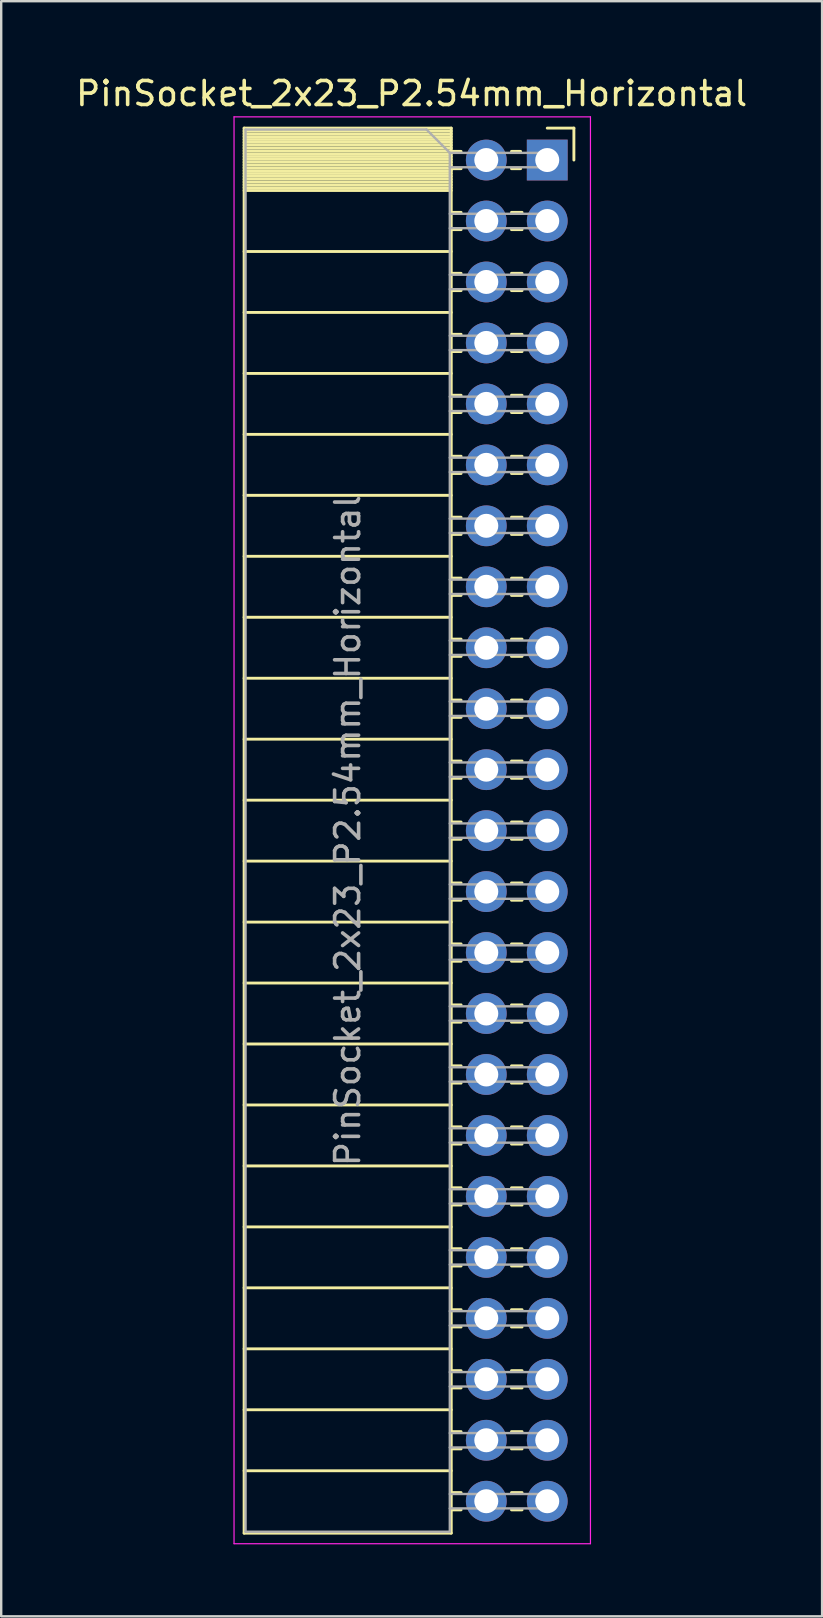
<source format=kicad_pcb>
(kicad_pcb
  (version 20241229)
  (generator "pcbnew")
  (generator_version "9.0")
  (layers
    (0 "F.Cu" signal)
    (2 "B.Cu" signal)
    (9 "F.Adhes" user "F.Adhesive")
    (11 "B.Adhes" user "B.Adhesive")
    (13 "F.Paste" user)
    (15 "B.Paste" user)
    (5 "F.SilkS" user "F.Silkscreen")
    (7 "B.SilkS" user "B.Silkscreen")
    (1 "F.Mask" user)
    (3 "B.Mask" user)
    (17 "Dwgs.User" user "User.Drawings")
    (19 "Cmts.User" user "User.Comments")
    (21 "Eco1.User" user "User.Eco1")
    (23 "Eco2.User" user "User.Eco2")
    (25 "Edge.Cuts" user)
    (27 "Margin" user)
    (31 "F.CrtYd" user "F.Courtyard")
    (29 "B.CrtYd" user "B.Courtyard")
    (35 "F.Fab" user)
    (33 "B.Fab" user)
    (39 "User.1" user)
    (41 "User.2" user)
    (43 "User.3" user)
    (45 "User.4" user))
  (footprint "PinSocket_2x23_P2.54mm_Horizontal"
    (layer "F.Cu")
    (at 19.751 3.618)
    (property "Reference" "PinSocket_2x23_P2.54mm_Horizontal" (at -5.65 -2.77 0) (layer "F.SilkS") (effects (font (size 1 1) (thickness 0.15))))
    (attr through_hole)
    (fp_line (start -12.63 -1.33) (end -12.63 57.21) (stroke (width 0.12) (type solid)) (layer "F.SilkS"))
    (fp_line (start -12.63 -1.33) (end -4 -1.33) (stroke (width 0.12) (type solid)) (layer "F.SilkS"))
    (fp_line (start -12.63 -1.21) (end -4 -1.21) (stroke (width 0.12) (type solid)) (layer "F.SilkS"))
    (fp_line (start -12.63 -1.092) (end -4 -1.092) (stroke (width 0.12) (type solid)) (layer "F.SilkS"))
    (fp_line (start -12.63 -0.974) (end -4 -0.974) (stroke (width 0.12) (type solid)) (layer "F.SilkS"))
    (fp_line (start -12.63 -0.856) (end -4 -0.856) (stroke (width 0.12) (type solid)) (layer "F.SilkS"))
    (fp_line (start -12.63 -0.738) (end -4 -0.738) (stroke (width 0.12) (type solid)) (layer "F.SilkS"))
    (fp_line (start -12.63 -0.62) (end -4 -0.62) (stroke (width 0.12) (type solid)) (layer "F.SilkS"))
    (fp_line (start -12.63 -0.501) (end -4 -0.501) (stroke (width 0.12) (type solid)) (layer "F.SilkS"))
    (fp_line (start -12.63 -0.383) (end -4 -0.383) (stroke (width 0.12) (type solid)) (layer "F.SilkS"))
    (fp_line (start -12.63 -0.265) (end -4 -0.265) (stroke (width 0.12) (type solid)) (layer "F.SilkS"))
    (fp_line (start -12.63 -0.147) (end -4 -0.147) (stroke (width 0.12) (type solid)) (layer "F.SilkS"))
    (fp_line (start -12.63 -0.029) (end -4 -0.029) (stroke (width 0.12) (type solid)) (layer "F.SilkS"))
    (fp_line (start -12.63 0.089) (end -4 0.089) (stroke (width 0.12) (type solid)) (layer "F.SilkS"))
    (fp_line (start -12.63 0.207) (end -4 0.207) (stroke (width 0.12) (type solid)) (layer "F.SilkS"))
    (fp_line (start -12.63 0.325) (end -4 0.325) (stroke (width 0.12) (type solid)) (layer "F.SilkS"))
    (fp_line (start -12.63 0.443) (end -4 0.443) (stroke (width 0.12) (type solid)) (layer "F.SilkS"))
    (fp_line (start -12.63 0.561) (end -4 0.561) (stroke (width 0.12) (type solid)) (layer "F.SilkS"))
    (fp_line (start -12.63 0.68) (end -4 0.68) (stroke (width 0.12) (type solid)) (layer "F.SilkS"))
    (fp_line (start -12.63 0.798) (end -4 0.798) (stroke (width 0.12) (type solid)) (layer "F.SilkS"))
    (fp_line (start -12.63 0.916) (end -4 0.916) (stroke (width 0.12) (type solid)) (layer "F.SilkS"))
    (fp_line (start -12.63 1.034) (end -4 1.034) (stroke (width 0.12) (type solid)) (layer "F.SilkS"))
    (fp_line (start -12.63 1.152) (end -4 1.152) (stroke (width 0.12) (type solid)) (layer "F.SilkS"))
    (fp_line (start -12.63 1.27) (end -4 1.27) (stroke (width 0.12) (type solid)) (layer "F.SilkS"))
    (fp_line (start -12.63 3.81) (end -4 3.81) (stroke (width 0.12) (type solid)) (layer "F.SilkS"))
    (fp_line (start -12.63 6.35) (end -4 6.35) (stroke (width 0.12) (type solid)) (layer "F.SilkS"))
    (fp_line (start -12.63 8.89) (end -4 8.89) (stroke (width 0.12) (type solid)) (layer "F.SilkS"))
    (fp_line (start -12.63 11.43) (end -4 11.43) (stroke (width 0.12) (type solid)) (layer "F.SilkS"))
    (fp_line (start -12.63 13.97) (end -4 13.97) (stroke (width 0.12) (type solid)) (layer "F.SilkS"))
    (fp_line (start -12.63 16.51) (end -4 16.51) (stroke (width 0.12) (type solid)) (layer "F.SilkS"))
    (fp_line (start -12.63 19.05) (end -4 19.05) (stroke (width 0.12) (type solid)) (layer "F.SilkS"))
    (fp_line (start -12.63 21.59) (end -4 21.59) (stroke (width 0.12) (type solid)) (layer "F.SilkS"))
    (fp_line (start -12.63 24.13) (end -4 24.13) (stroke (width 0.12) (type solid)) (layer "F.SilkS"))
    (fp_line (start -12.63 26.67) (end -4 26.67) (stroke (width 0.12) (type solid)) (layer "F.SilkS"))
    (fp_line (start -12.63 29.21) (end -4 29.21) (stroke (width 0.12) (type solid)) (layer "F.SilkS"))
    (fp_line (start -12.63 31.75) (end -4 31.75) (stroke (width 0.12) (type solid)) (layer "F.SilkS"))
    (fp_line (start -12.63 34.29) (end -4 34.29) (stroke (width 0.12) (type solid)) (layer "F.SilkS"))
    (fp_line (start -12.63 36.83) (end -4 36.83) (stroke (width 0.12) (type solid)) (layer "F.SilkS"))
    (fp_line (start -12.63 39.37) (end -4 39.37) (stroke (width 0.12) (type solid)) (layer "F.SilkS"))
    (fp_line (start -12.63 41.91) (end -4 41.91) (stroke (width 0.12) (type solid)) (layer "F.SilkS"))
    (fp_line (start -12.63 44.45) (end -4 44.45) (stroke (width 0.12) (type solid)) (layer "F.SilkS"))
    (fp_line (start -12.63 46.99) (end -4 46.99) (stroke (width 0.12) (type solid)) (layer "F.SilkS"))
    (fp_line (start -12.63 49.53) (end -4 49.53) (stroke (width 0.12) (type solid)) (layer "F.SilkS"))
    (fp_line (start -12.63 52.07) (end -4 52.07) (stroke (width 0.12) (type solid)) (layer "F.SilkS"))
    (fp_line (start -12.63 54.61) (end -4 54.61) (stroke (width 0.12) (type solid)) (layer "F.SilkS"))
    (fp_line (start -12.63 57.21) (end -4 57.21) (stroke (width 0.12) (type solid)) (layer "F.SilkS"))
    (fp_line (start -4 -1.33) (end -4 57.21) (stroke (width 0.12) (type solid)) (layer "F.SilkS"))
    (fp_line (start -4 -0.36) (end -3.59 -0.36) (stroke (width 0.12) (type solid)) (layer "F.SilkS"))
    (fp_line (start -4 0.36) (end -3.59 0.36) (stroke (width 0.12) (type solid)) (layer "F.SilkS"))
    (fp_line (start -4 2.18) (end -3.59 2.18) (stroke (width 0.12) (type solid)) (layer "F.SilkS"))
    (fp_line (start -4 2.9) (end -3.59 2.9) (stroke (width 0.12) (type solid)) (layer "F.SilkS"))
    (fp_line (start -4 4.72) (end -3.59 4.72) (stroke (width 0.12) (type solid)) (layer "F.SilkS"))
    (fp_line (start -4 5.44) (end -3.59 5.44) (stroke (width 0.12) (type solid)) (layer "F.SilkS"))
    (fp_line (start -4 7.26) (end -3.59 7.26) (stroke (width 0.12) (type solid)) (layer "F.SilkS"))
    (fp_line (start -4 7.98) (end -3.59 7.98) (stroke (width 0.12) (type solid)) (layer "F.SilkS"))
    (fp_line (start -4 9.8) (end -3.59 9.8) (stroke (width 0.12) (type solid)) (layer "F.SilkS"))
    (fp_line (start -4 10.52) (end -3.59 10.52) (stroke (width 0.12) (type solid)) (layer "F.SilkS"))
    (fp_line (start -4 12.34) (end -3.59 12.34) (stroke (width 0.12) (type solid)) (layer "F.SilkS"))
    (fp_line (start -4 13.06) (end -3.59 13.06) (stroke (width 0.12) (type solid)) (layer "F.SilkS"))
    (fp_line (start -4 14.88) (end -3.59 14.88) (stroke (width 0.12) (type solid)) (layer "F.SilkS"))
    (fp_line (start -4 15.6) (end -3.59 15.6) (stroke (width 0.12) (type solid)) (layer "F.SilkS"))
    (fp_line (start -4 17.42) (end -3.59 17.42) (stroke (width 0.12) (type solid)) (layer "F.SilkS"))
    (fp_line (start -4 18.14) (end -3.59 18.14) (stroke (width 0.12) (type solid)) (layer "F.SilkS"))
    (fp_line (start -4 19.96) (end -3.59 19.96) (stroke (width 0.12) (type solid)) (layer "F.SilkS"))
    (fp_line (start -4 20.68) (end -3.59 20.68) (stroke (width 0.12) (type solid)) (layer "F.SilkS"))
    (fp_line (start -4 22.5) (end -3.59 22.5) (stroke (width 0.12) (type solid)) (layer "F.SilkS"))
    (fp_line (start -4 23.22) (end -3.59 23.22) (stroke (width 0.12) (type solid)) (layer "F.SilkS"))
    (fp_line (start -4 25.04) (end -3.59 25.04) (stroke (width 0.12) (type solid)) (layer "F.SilkS"))
    (fp_line (start -4 25.76) (end -3.59 25.76) (stroke (width 0.12) (type solid)) (layer "F.SilkS"))
    (fp_line (start -4 27.58) (end -3.59 27.58) (stroke (width 0.12) (type solid)) (layer "F.SilkS"))
    (fp_line (start -4 28.3) (end -3.59 28.3) (stroke (width 0.12) (type solid)) (layer "F.SilkS"))
    (fp_line (start -4 30.12) (end -3.59 30.12) (stroke (width 0.12) (type solid)) (layer "F.SilkS"))
    (fp_line (start -4 30.84) (end -3.59 30.84) (stroke (width 0.12) (type solid)) (layer "F.SilkS"))
    (fp_line (start -4 32.66) (end -3.59 32.66) (stroke (width 0.12) (type solid)) (layer "F.SilkS"))
    (fp_line (start -4 33.38) (end -3.59 33.38) (stroke (width 0.12) (type solid)) (layer "F.SilkS"))
    (fp_line (start -4 35.2) (end -3.59 35.2) (stroke (width 0.12) (type solid)) (layer "F.SilkS"))
    (fp_line (start -4 35.92) (end -3.59 35.92) (stroke (width 0.12) (type solid)) (layer "F.SilkS"))
    (fp_line (start -4 37.74) (end -3.59 37.74) (stroke (width 0.12) (type solid)) (layer "F.SilkS"))
    (fp_line (start -4 38.46) (end -3.59 38.46) (stroke (width 0.12) (type solid)) (layer "F.SilkS"))
    (fp_line (start -4 40.28) (end -3.59 40.28) (stroke (width 0.12) (type solid)) (layer "F.SilkS"))
    (fp_line (start -4 41) (end -3.59 41) (stroke (width 0.12) (type solid)) (layer "F.SilkS"))
    (fp_line (start -4 42.82) (end -3.59 42.82) (stroke (width 0.12) (type solid)) (layer "F.SilkS"))
    (fp_line (start -4 43.54) (end -3.59 43.54) (stroke (width 0.12) (type solid)) (layer "F.SilkS"))
    (fp_line (start -4 45.36) (end -3.59 45.36) (stroke (width 0.12) (type solid)) (layer "F.SilkS"))
    (fp_line (start -4 46.08) (end -3.59 46.08) (stroke (width 0.12) (type solid)) (layer "F.SilkS"))
    (fp_line (start -4 47.9) (end -3.59 47.9) (stroke (width 0.12) (type solid)) (layer "F.SilkS"))
    (fp_line (start -4 48.62) (end -3.59 48.62) (stroke (width 0.12) (type solid)) (layer "F.SilkS"))
    (fp_line (start -4 50.44) (end -3.59 50.44) (stroke (width 0.12) (type solid)) (layer "F.SilkS"))
    (fp_line (start -4 51.16) (end -3.59 51.16) (stroke (width 0.12) (type solid)) (layer "F.SilkS"))
    (fp_line (start -4 52.98) (end -3.59 52.98) (stroke (width 0.12) (type solid)) (layer "F.SilkS"))
    (fp_line (start -4 53.7) (end -3.59 53.7) (stroke (width 0.12) (type solid)) (layer "F.SilkS"))
    (fp_line (start -4 55.52) (end -3.59 55.52) (stroke (width 0.12) (type solid)) (layer "F.SilkS"))
    (fp_line (start -4 56.24) (end -3.59 56.24) (stroke (width 0.12) (type solid)) (layer "F.SilkS"))
    (fp_line (start -1.49 -0.36) (end -1.11 -0.36) (stroke (width 0.12) (type solid)) (layer "F.SilkS"))
    (fp_line (start -1.49 0.36) (end -1.11 0.36) (stroke (width 0.12) (type solid)) (layer "F.SilkS"))
    (fp_line (start -1.49 2.18) (end -1.05 2.18) (stroke (width 0.12) (type solid)) (layer "F.SilkS"))
    (fp_line (start -1.49 2.9) (end -1.05 2.9) (stroke (width 0.12) (type solid)) (layer "F.SilkS"))
    (fp_line (start -1.49 4.72) (end -1.05 4.72) (stroke (width 0.12) (type solid)) (layer "F.SilkS"))
    (fp_line (start -1.49 5.44) (end -1.05 5.44) (stroke (width 0.12) (type solid)) (layer "F.SilkS"))
    (fp_line (start -1.49 7.26) (end -1.05 7.26) (stroke (width 0.12) (type solid)) (layer "F.SilkS"))
    (fp_line (start -1.49 7.98) (end -1.05 7.98) (stroke (width 0.12) (type solid)) (layer "F.SilkS"))
    (fp_line (start -1.49 9.8) (end -1.05 9.8) (stroke (width 0.12) (type solid)) (layer "F.SilkS"))
    (fp_line (start -1.49 10.52) (end -1.05 10.52) (stroke (width 0.12) (type solid)) (layer "F.SilkS"))
    (fp_line (start -1.49 12.34) (end -1.05 12.34) (stroke (width 0.12) (type solid)) (layer "F.SilkS"))
    (fp_line (start -1.49 13.06) (end -1.05 13.06) (stroke (width 0.12) (type solid)) (layer "F.SilkS"))
    (fp_line (start -1.49 14.88) (end -1.05 14.88) (stroke (width 0.12) (type solid)) (layer "F.SilkS"))
    (fp_line (start -1.49 15.6) (end -1.05 15.6) (stroke (width 0.12) (type solid)) (layer "F.SilkS"))
    (fp_line (start -1.49 17.42) (end -1.05 17.42) (stroke (width 0.12) (type solid)) (layer "F.SilkS"))
    (fp_line (start -1.49 18.14) (end -1.05 18.14) (stroke (width 0.12) (type solid)) (layer "F.SilkS"))
    (fp_line (start -1.49 19.96) (end -1.05 19.96) (stroke (width 0.12) (type solid)) (layer "F.SilkS"))
    (fp_line (start -1.49 20.68) (end -1.05 20.68) (stroke (width 0.12) (type solid)) (layer "F.SilkS"))
    (fp_line (start -1.49 22.5) (end -1.05 22.5) (stroke (width 0.12) (type solid)) (layer "F.SilkS"))
    (fp_line (start -1.49 23.22) (end -1.05 23.22) (stroke (width 0.12) (type solid)) (layer "F.SilkS"))
    (fp_line (start -1.49 25.04) (end -1.05 25.04) (stroke (width 0.12) (type solid)) (layer "F.SilkS"))
    (fp_line (start -1.49 25.76) (end -1.05 25.76) (stroke (width 0.12) (type solid)) (layer "F.SilkS"))
    (fp_line (start -1.49 27.58) (end -1.05 27.58) (stroke (width 0.12) (type solid)) (layer "F.SilkS"))
    (fp_line (start -1.49 28.3) (end -1.05 28.3) (stroke (width 0.12) (type solid)) (layer "F.SilkS"))
    (fp_line (start -1.49 30.12) (end -1.05 30.12) (stroke (width 0.12) (type solid)) (layer "F.SilkS"))
    (fp_line (start -1.49 30.84) (end -1.05 30.84) (stroke (width 0.12) (type solid)) (layer "F.SilkS"))
    (fp_line (start -1.49 32.66) (end -1.05 32.66) (stroke (width 0.12) (type solid)) (layer "F.SilkS"))
    (fp_line (start -1.49 33.38) (end -1.05 33.38) (stroke (width 0.12) (type solid)) (layer "F.SilkS"))
    (fp_line (start -1.49 35.2) (end -1.05 35.2) (stroke (width 0.12) (type solid)) (layer "F.SilkS"))
    (fp_line (start -1.49 35.92) (end -1.05 35.92) (stroke (width 0.12) (type solid)) (layer "F.SilkS"))
    (fp_line (start -1.49 37.74) (end -1.05 37.74) (stroke (width 0.12) (type solid)) (layer "F.SilkS"))
    (fp_line (start -1.49 38.46) (end -1.05 38.46) (stroke (width 0.12) (type solid)) (layer "F.SilkS"))
    (fp_line (start -1.49 40.28) (end -1.05 40.28) (stroke (width 0.12) (type solid)) (layer "F.SilkS"))
    (fp_line (start -1.49 41) (end -1.05 41) (stroke (width 0.12) (type solid)) (layer "F.SilkS"))
    (fp_line (start -1.49 42.82) (end -1.05 42.82) (stroke (width 0.12) (type solid)) (layer "F.SilkS"))
    (fp_line (start -1.49 43.54) (end -1.05 43.54) (stroke (width 0.12) (type solid)) (layer "F.SilkS"))
    (fp_line (start -1.49 45.36) (end -1.05 45.36) (stroke (width 0.12) (type solid)) (layer "F.SilkS"))
    (fp_line (start -1.49 46.08) (end -1.05 46.08) (stroke (width 0.12) (type solid)) (layer "F.SilkS"))
    (fp_line (start -1.49 47.9) (end -1.05 47.9) (stroke (width 0.12) (type solid)) (layer "F.SilkS"))
    (fp_line (start -1.49 48.62) (end -1.05 48.62) (stroke (width 0.12) (type solid)) (layer "F.SilkS"))
    (fp_line (start -1.49 50.44) (end -1.05 50.44) (stroke (width 0.12) (type solid)) (layer "F.SilkS"))
    (fp_line (start -1.49 51.16) (end -1.05 51.16) (stroke (width 0.12) (type solid)) (layer "F.SilkS"))
    (fp_line (start -1.49 52.98) (end -1.05 52.98) (stroke (width 0.12) (type solid)) (layer "F.SilkS"))
    (fp_line (start -1.49 53.7) (end -1.05 53.7) (stroke (width 0.12) (type solid)) (layer "F.SilkS"))
    (fp_line (start -1.49 55.52) (end -1.05 55.52) (stroke (width 0.12) (type solid)) (layer "F.SilkS"))
    (fp_line (start -1.49 56.24) (end -1.05 56.24) (stroke (width 0.12) (type solid)) (layer "F.SilkS"))
    (fp_line (start 0 -1.33) (end 1.11 -1.33) (stroke (width 0.12) (type solid)) (layer "F.SilkS"))
    (fp_line (start 1.11 -1.33) (end 1.11 0) (stroke (width 0.12) (type solid)) (layer "F.SilkS"))
    (fp_line (start -13.05 -1.8) (end -13.05 57.65) (stroke (width 0.05) (type solid)) (layer "F.CrtYd"))
    (fp_line (start -13.05 57.65) (end 1.8 57.65) (stroke (width 0.05) (type solid)) (layer "F.CrtYd"))
    (fp_line (start 1.8 -1.8) (end -13.05 -1.8) (stroke (width 0.05) (type solid)) (layer "F.CrtYd"))
    (fp_line (start 1.8 57.65) (end 1.8 -1.8) (stroke (width 0.05) (type solid)) (layer "F.CrtYd"))
    (fp_line (start -12.57 -1.27) (end -5.03 -1.27) (stroke (width 0.1) (type solid)) (layer "F.Fab"))
    (fp_line (start -12.57 57.15) (end -12.57 -1.27) (stroke (width 0.1) (type solid)) (layer "F.Fab"))
    (fp_line (start -5.03 -1.27) (end -4.06 -0.3) (stroke (width 0.1) (type solid)) (layer "F.Fab"))
    (fp_line (start -4.06 -0.3) (end -4.06 57.15) (stroke (width 0.1) (type solid)) (layer "F.Fab"))
    (fp_line (start -4.06 0.3) (end 0 0.3) (stroke (width 0.1) (type solid)) (layer "F.Fab"))
    (fp_line (start -4.06 2.84) (end 0 2.84) (stroke (width 0.1) (type solid)) (layer "F.Fab"))
    (fp_line (start -4.06 5.38) (end 0 5.38) (stroke (width 0.1) (type solid)) (layer "F.Fab"))
    (fp_line (start -4.06 7.92) (end 0 7.92) (stroke (width 0.1) (type solid)) (layer "F.Fab"))
    (fp_line (start -4.06 10.46) (end 0 10.46) (stroke (width 0.1) (type solid)) (layer "F.Fab"))
    (fp_line (start -4.06 13) (end 0 13) (stroke (width 0.1) (type solid)) (layer "F.Fab"))
    (fp_line (start -4.06 15.54) (end 0 15.54) (stroke (width 0.1) (type solid)) (layer "F.Fab"))
    (fp_line (start -4.06 18.08) (end 0 18.08) (stroke (width 0.1) (type solid)) (layer "F.Fab"))
    (fp_line (start -4.06 20.62) (end 0 20.62) (stroke (width 0.1) (type solid)) (layer "F.Fab"))
    (fp_line (start -4.06 23.16) (end 0 23.16) (stroke (width 0.1) (type solid)) (layer "F.Fab"))
    (fp_line (start -4.06 25.7) (end 0 25.7) (stroke (width 0.1) (type solid)) (layer "F.Fab"))
    (fp_line (start -4.06 28.24) (end 0 28.24) (stroke (width 0.1) (type solid)) (layer "F.Fab"))
    (fp_line (start -4.06 30.78) (end 0 30.78) (stroke (width 0.1) (type solid)) (layer "F.Fab"))
    (fp_line (start -4.06 33.32) (end 0 33.32) (stroke (width 0.1) (type solid)) (layer "F.Fab"))
    (fp_line (start -4.06 35.86) (end 0 35.86) (stroke (width 0.1) (type solid)) (layer "F.Fab"))
    (fp_line (start -4.06 38.4) (end 0 38.4) (stroke (width 0.1) (type solid)) (layer "F.Fab"))
    (fp_line (start -4.06 40.94) (end 0 40.94) (stroke (width 0.1) (type solid)) (layer "F.Fab"))
    (fp_line (start -4.06 43.48) (end 0 43.48) (stroke (width 0.1) (type solid)) (layer "F.Fab"))
    (fp_line (start -4.06 46.02) (end 0 46.02) (stroke (width 0.1) (type solid)) (layer "F.Fab"))
    (fp_line (start -4.06 48.56) (end 0 48.56) (stroke (width 0.1) (type solid)) (layer "F.Fab"))
    (fp_line (start -4.06 51.1) (end 0 51.1) (stroke (width 0.1) (type solid)) (layer "F.Fab"))
    (fp_line (start -4.06 53.64) (end 0 53.64) (stroke (width 0.1) (type solid)) (layer "F.Fab"))
    (fp_line (start -4.06 56.18) (end 0 56.18) (stroke (width 0.1) (type solid)) (layer "F.Fab"))
    (fp_line (start -4.06 57.15) (end -12.57 57.15) (stroke (width 0.1) (type solid)) (layer "F.Fab"))
    (fp_line (start 0 -0.3) (end -4.06 -0.3) (stroke (width 0.1) (type solid)) (layer "F.Fab"))
    (fp_line (start 0 0.3) (end 0 -0.3) (stroke (width 0.1) (type solid)) (layer "F.Fab"))
    (fp_line (start 0 2.24) (end -4.06 2.24) (stroke (width 0.1) (type solid)) (layer "F.Fab"))
    (fp_line (start 0 2.84) (end 0 2.24) (stroke (width 0.1) (type solid)) (layer "F.Fab"))
    (fp_line (start 0 4.78) (end -4.06 4.78) (stroke (width 0.1) (type solid)) (layer "F.Fab"))
    (fp_line (start 0 5.38) (end 0 4.78) (stroke (width 0.1) (type solid)) (layer "F.Fab"))
    (fp_line (start 0 7.32) (end -4.06 7.32) (stroke (width 0.1) (type solid)) (layer "F.Fab"))
    (fp_line (start 0 7.92) (end 0 7.32) (stroke (width 0.1) (type solid)) (layer "F.Fab"))
    (fp_line (start 0 9.86) (end -4.06 9.86) (stroke (width 0.1) (type solid)) (layer "F.Fab"))
    (fp_line (start 0 10.46) (end 0 9.86) (stroke (width 0.1) (type solid)) (layer "F.Fab"))
    (fp_line (start 0 12.4) (end -4.06 12.4) (stroke (width 0.1) (type solid)) (layer "F.Fab"))
    (fp_line (start 0 13) (end 0 12.4) (stroke (width 0.1) (type solid)) (layer "F.Fab"))
    (fp_line (start 0 14.94) (end -4.06 14.94) (stroke (width 0.1) (type solid)) (layer "F.Fab"))
    (fp_line (start 0 15.54) (end 0 14.94) (stroke (width 0.1) (type solid)) (layer "F.Fab"))
    (fp_line (start 0 17.48) (end -4.06 17.48) (stroke (width 0.1) (type solid)) (layer "F.Fab"))
    (fp_line (start 0 18.08) (end 0 17.48) (stroke (width 0.1) (type solid)) (layer "F.Fab"))
    (fp_line (start 0 20.02) (end -4.06 20.02) (stroke (width 0.1) (type solid)) (layer "F.Fab"))
    (fp_line (start 0 20.62) (end 0 20.02) (stroke (width 0.1) (type solid)) (layer "F.Fab"))
    (fp_line (start 0 22.56) (end -4.06 22.56) (stroke (width 0.1) (type solid)) (layer "F.Fab"))
    (fp_line (start 0 23.16) (end 0 22.56) (stroke (width 0.1) (type solid)) (layer "F.Fab"))
    (fp_line (start 0 25.1) (end -4.06 25.1) (stroke (width 0.1) (type solid)) (layer "F.Fab"))
    (fp_line (start 0 25.7) (end 0 25.1) (stroke (width 0.1) (type solid)) (layer "F.Fab"))
    (fp_line (start 0 27.64) (end -4.06 27.64) (stroke (width 0.1) (type solid)) (layer "F.Fab"))
    (fp_line (start 0 28.24) (end 0 27.64) (stroke (width 0.1) (type solid)) (layer "F.Fab"))
    (fp_line (start 0 30.18) (end -4.06 30.18) (stroke (width 0.1) (type solid)) (layer "F.Fab"))
    (fp_line (start 0 30.78) (end 0 30.18) (stroke (width 0.1) (type solid)) (layer "F.Fab"))
    (fp_line (start 0 32.72) (end -4.06 32.72) (stroke (width 0.1) (type solid)) (layer "F.Fab"))
    (fp_line (start 0 33.32) (end 0 32.72) (stroke (width 0.1) (type solid)) (layer "F.Fab"))
    (fp_line (start 0 35.26) (end -4.06 35.26) (stroke (width 0.1) (type solid)) (layer "F.Fab"))
    (fp_line (start 0 35.86) (end 0 35.26) (stroke (width 0.1) (type solid)) (layer "F.Fab"))
    (fp_line (start 0 37.8) (end -4.06 37.8) (stroke (width 0.1) (type solid)) (layer "F.Fab"))
    (fp_line (start 0 38.4) (end 0 37.8) (stroke (width 0.1) (type solid)) (layer "F.Fab"))
    (fp_line (start 0 40.34) (end -4.06 40.34) (stroke (width 0.1) (type solid)) (layer "F.Fab"))
    (fp_line (start 0 40.94) (end 0 40.34) (stroke (width 0.1) (type solid)) (layer "F.Fab"))
    (fp_line (start 0 42.88) (end -4.06 42.88) (stroke (width 0.1) (type solid)) (layer "F.Fab"))
    (fp_line (start 0 43.48) (end 0 42.88) (stroke (width 0.1) (type solid)) (layer "F.Fab"))
    (fp_line (start 0 45.42) (end -4.06 45.42) (stroke (width 0.1) (type solid)) (layer "F.Fab"))
    (fp_line (start 0 46.02) (end 0 45.42) (stroke (width 0.1) (type solid)) (layer "F.Fab"))
    (fp_line (start 0 47.96) (end -4.06 47.96) (stroke (width 0.1) (type solid)) (layer "F.Fab"))
    (fp_line (start 0 48.56) (end 0 47.96) (stroke (width 0.1) (type solid)) (layer "F.Fab"))
    (fp_line (start 0 50.5) (end -4.06 50.5) (stroke (width 0.1) (type solid)) (layer "F.Fab"))
    (fp_line (start 0 51.1) (end 0 50.5) (stroke (width 0.1) (type solid)) (layer "F.Fab"))
    (fp_line (start 0 53.04) (end -4.06 53.04) (stroke (width 0.1) (type solid)) (layer "F.Fab"))
    (fp_line (start 0 53.64) (end 0 53.04) (stroke (width 0.1) (type solid)) (layer "F.Fab"))
    (fp_line (start 0 55.58) (end -4.06 55.58) (stroke (width 0.1) (type solid)) (layer "F.Fab"))
    (fp_line (start 0 56.18) (end 0 55.58) (stroke (width 0.1) (type solid)) (layer "F.Fab"))
    (fp_text user "${REFERENCE}" (at -8.315 27.94 90) (layer "F.Fab") (effects (font (size 1 1) (thickness 0.15))))
    (pad "1" thru_hole rect (at 0 0) (size 1.7 1.7) (drill 1) (layers "*.Cu" "*.Mask"))
    (pad "2" thru_hole oval (at -2.54 0) (size 1.7 1.7) (drill 1) (layers "*.Cu" "*.Mask"))
    (pad "3" thru_hole oval (at 0 2.54) (size 1.7 1.7) (drill 1) (layers "*.Cu" "*.Mask"))
    (pad "4" thru_hole oval (at -2.54 2.54) (size 1.7 1.7) (drill 1) (layers "*.Cu" "*.Mask"))
    (pad "5" thru_hole oval (at 0 5.08) (size 1.7 1.7) (drill 1) (layers "*.Cu" "*.Mask"))
    (pad "6" thru_hole oval (at -2.54 5.08) (size 1.7 1.7) (drill 1) (layers "*.Cu" "*.Mask"))
    (pad "7" thru_hole oval (at 0 7.62) (size 1.7 1.7) (drill 1) (layers "*.Cu" "*.Mask"))
    (pad "8" thru_hole oval (at -2.54 7.62) (size 1.7 1.7) (drill 1) (layers "*.Cu" "*.Mask"))
    (pad "9" thru_hole oval (at 0 10.16) (size 1.7 1.7) (drill 1) (layers "*.Cu" "*.Mask"))
    (pad "10" thru_hole oval (at -2.54 10.16) (size 1.7 1.7) (drill 1) (layers "*.Cu" "*.Mask"))
    (pad "11" thru_hole oval (at 0 12.7) (size 1.7 1.7) (drill 1) (layers "*.Cu" "*.Mask"))
    (pad "12" thru_hole oval (at -2.54 12.7) (size 1.7 1.7) (drill 1) (layers "*.Cu" "*.Mask"))
    (pad "13" thru_hole oval (at 0 15.24) (size 1.7 1.7) (drill 1) (layers "*.Cu" "*.Mask"))
    (pad "14" thru_hole oval (at -2.54 15.24) (size 1.7 1.7) (drill 1) (layers "*.Cu" "*.Mask"))
    (pad "15" thru_hole oval (at 0 17.78) (size 1.7 1.7) (drill 1) (layers "*.Cu" "*.Mask"))
    (pad "16" thru_hole oval (at -2.54 17.78) (size 1.7 1.7) (drill 1) (layers "*.Cu" "*.Mask"))
    (pad "17" thru_hole oval (at 0 20.32) (size 1.7 1.7) (drill 1) (layers "*.Cu" "*.Mask"))
    (pad "18" thru_hole oval (at -2.54 20.32) (size 1.7 1.7) (drill 1) (layers "*.Cu" "*.Mask"))
    (pad "19" thru_hole oval (at 0 22.86) (size 1.7 1.7) (drill 1) (layers "*.Cu" "*.Mask"))
    (pad "20" thru_hole oval (at -2.54 22.86) (size 1.7 1.7) (drill 1) (layers "*.Cu" "*.Mask"))
    (pad "21" thru_hole oval (at 0 25.4) (size 1.7 1.7) (drill 1) (layers "*.Cu" "*.Mask"))
    (pad "22" thru_hole oval (at -2.54 25.4) (size 1.7 1.7) (drill 1) (layers "*.Cu" "*.Mask"))
    (pad "23" thru_hole oval (at 0 27.94) (size 1.7 1.7) (drill 1) (layers "*.Cu" "*.Mask"))
    (pad "24" thru_hole oval (at -2.54 27.94) (size 1.7 1.7) (drill 1) (layers "*.Cu" "*.Mask"))
    (pad "25" thru_hole oval (at 0 30.48) (size 1.7 1.7) (drill 1) (layers "*.Cu" "*.Mask"))
    (pad "26" thru_hole oval (at -2.54 30.48) (size 1.7 1.7) (drill 1) (layers "*.Cu" "*.Mask"))
    (pad "27" thru_hole oval (at 0 33.02) (size 1.7 1.7) (drill 1) (layers "*.Cu" "*.Mask"))
    (pad "28" thru_hole oval (at -2.54 33.02) (size 1.7 1.7) (drill 1) (layers "*.Cu" "*.Mask"))
    (pad "29" thru_hole oval (at 0 35.56) (size 1.7 1.7) (drill 1) (layers "*.Cu" "*.Mask"))
    (pad "30" thru_hole oval (at -2.54 35.56) (size 1.7 1.7) (drill 1) (layers "*.Cu" "*.Mask"))
    (pad "31" thru_hole oval (at 0 38.1) (size 1.7 1.7) (drill 1) (layers "*.Cu" "*.Mask"))
    (pad "32" thru_hole oval (at -2.54 38.1) (size 1.7 1.7) (drill 1) (layers "*.Cu" "*.Mask"))
    (pad "33" thru_hole oval (at 0 40.64) (size 1.7 1.7) (drill 1) (layers "*.Cu" "*.Mask"))
    (pad "34" thru_hole oval (at -2.54 40.64) (size 1.7 1.7) (drill 1) (layers "*.Cu" "*.Mask"))
    (pad "35" thru_hole oval (at 0 43.18) (size 1.7 1.7) (drill 1) (layers "*.Cu" "*.Mask"))
    (pad "36" thru_hole oval (at -2.54 43.18) (size 1.7 1.7) (drill 1) (layers "*.Cu" "*.Mask"))
    (pad "37" thru_hole oval (at 0 45.72) (size 1.7 1.7) (drill 1) (layers "*.Cu" "*.Mask"))
    (pad "38" thru_hole oval (at -2.54 45.72) (size 1.7 1.7) (drill 1) (layers "*.Cu" "*.Mask"))
    (pad "39" thru_hole oval (at 0 48.26) (size 1.7 1.7) (drill 1) (layers "*.Cu" "*.Mask"))
    (pad "40" thru_hole oval (at -2.54 48.26) (size 1.7 1.7) (drill 1) (layers "*.Cu" "*.Mask"))
    (pad "41" thru_hole oval (at 0 50.8) (size 1.7 1.7) (drill 1) (layers "*.Cu" "*.Mask"))
    (pad "42" thru_hole oval (at -2.54 50.8) (size 1.7 1.7) (drill 1) (layers "*.Cu" "*.Mask"))
    (pad "43" thru_hole oval (at 0 53.34) (size 1.7 1.7) (drill 1) (layers "*.Cu" "*.Mask"))
    (pad "44" thru_hole oval (at -2.54 53.34) (size 1.7 1.7) (drill 1) (layers "*.Cu" "*.Mask"))
    (pad "45" thru_hole oval (at 0 55.88) (size 1.7 1.7) (drill 1) (layers "*.Cu" "*.Mask"))
    (pad "46" thru_hole oval (at -2.54 55.88) (size 1.7 1.7) (drill 1) (layers "*.Cu" "*.Mask")))
  (gr_rect
    (start -3 -3)
    (end 31.202 64.293)
    (stroke (width 0.1) (type default))
    (fill no)
    (layer "Edge.Cuts")))
</source>
